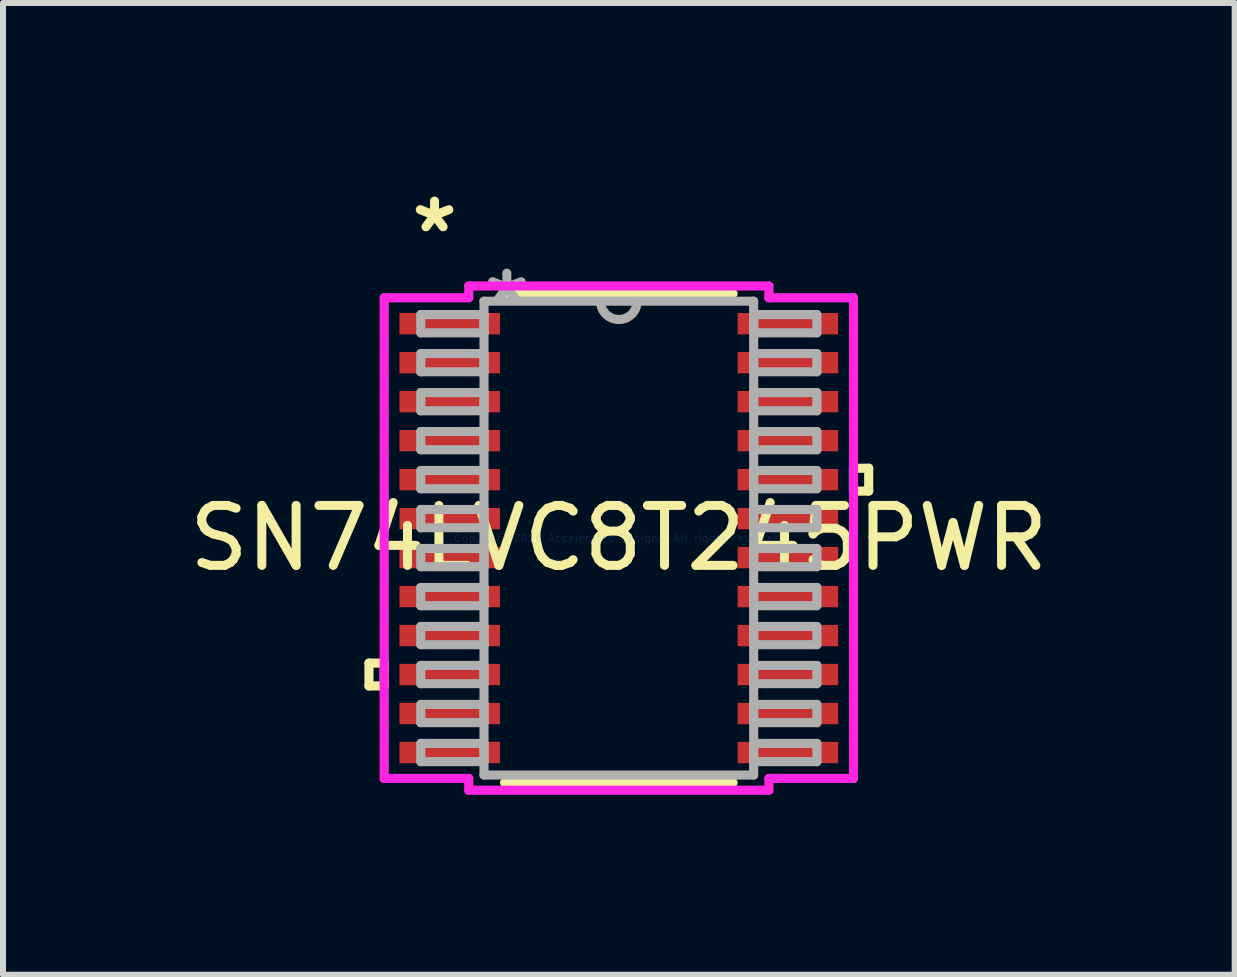
<source format=kicad_pcb>
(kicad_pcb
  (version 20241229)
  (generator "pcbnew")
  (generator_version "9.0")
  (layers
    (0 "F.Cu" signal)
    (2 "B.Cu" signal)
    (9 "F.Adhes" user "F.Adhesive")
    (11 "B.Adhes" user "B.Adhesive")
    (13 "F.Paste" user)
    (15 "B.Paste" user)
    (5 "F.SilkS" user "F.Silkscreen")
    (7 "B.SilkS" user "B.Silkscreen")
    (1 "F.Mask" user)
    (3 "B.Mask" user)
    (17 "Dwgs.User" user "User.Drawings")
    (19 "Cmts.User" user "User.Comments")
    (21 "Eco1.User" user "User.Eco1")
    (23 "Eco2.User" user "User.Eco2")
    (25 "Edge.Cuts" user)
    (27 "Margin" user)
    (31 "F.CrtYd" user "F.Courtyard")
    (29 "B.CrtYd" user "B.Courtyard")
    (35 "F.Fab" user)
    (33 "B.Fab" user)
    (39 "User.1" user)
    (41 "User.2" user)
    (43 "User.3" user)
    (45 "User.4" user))
  (footprint "SN74LVC8T245PWR"
    (layer "F.Cu")
    (at 7.268 5.922)
    (property "Reference" "SN74LVC8T245PWR" (at 0 0 0) (layer "F.SilkS") (effects (font (size 1 1) (thickness 0.15))))
    (attr through_hole)
    (fp_line (start -4.166 2.084) (end -4.166 2.465) (stroke (width 0.152) (type solid)) (layer "F.SilkS"))
    (fp_line (start -4.166 2.465) (end -3.912 2.465) (stroke (width 0.152) (type solid)) (layer "F.SilkS"))
    (fp_line (start -3.912 2.084) (end -4.166 2.084) (stroke (width 0.152) (type solid)) (layer "F.SilkS"))
    (fp_line (start -3.912 2.465) (end -3.912 2.084) (stroke (width 0.152) (type solid)) (layer "F.SilkS"))
    (fp_line (start -1.905 4.077) (end 1.905 4.077) (stroke (width 0.152) (type solid)) (layer "F.SilkS"))
    (fp_line (start 1.905 -4.077) (end -1.905 -4.077) (stroke (width 0.152) (type solid)) (layer "F.SilkS"))
    (fp_line (start 3.912 -1.165) (end 4.166 -1.165) (stroke (width 0.152) (type solid)) (layer "F.SilkS"))
    (fp_line (start 3.912 -0.784) (end 3.912 -1.165) (stroke (width 0.152) (type solid)) (layer "F.SilkS"))
    (fp_line (start 4.166 -1.165) (end 4.166 -0.784) (stroke (width 0.152) (type solid)) (layer "F.SilkS"))
    (fp_line (start 4.166 -0.784) (end 3.912 -0.784) (stroke (width 0.152) (type solid)) (layer "F.SilkS"))
    (fp_line (start -3.912 -4.007) (end -2.502 -4.007) (stroke (width 0.152) (type solid)) (layer "F.CrtYd"))
    (fp_line (start -3.912 4.007) (end -3.912 -4.007) (stroke (width 0.152) (type solid)) (layer "F.CrtYd"))
    (fp_line (start -2.502 -4.204) (end 2.502 -4.204) (stroke (width 0.152) (type solid)) (layer "F.CrtYd"))
    (fp_line (start -2.502 -4.007) (end -2.502 -4.204) (stroke (width 0.152) (type solid)) (layer "F.CrtYd"))
    (fp_line (start -2.502 4.007) (end -3.912 4.007) (stroke (width 0.152) (type solid)) (layer "F.CrtYd"))
    (fp_line (start -2.502 4.204) (end -2.502 4.007) (stroke (width 0.152) (type solid)) (layer "F.CrtYd"))
    (fp_line (start 2.502 -4.204) (end 2.502 -4.007) (stroke (width 0.152) (type solid)) (layer "F.CrtYd"))
    (fp_line (start 2.502 -4.007) (end 3.912 -4.007) (stroke (width 0.152) (type solid)) (layer "F.CrtYd"))
    (fp_line (start 2.502 4.007) (end 2.502 4.204) (stroke (width 0.152) (type solid)) (layer "F.CrtYd"))
    (fp_line (start 2.502 4.204) (end -2.502 4.204) (stroke (width 0.152) (type solid)) (layer "F.CrtYd"))
    (fp_line (start 3.912 -4.007) (end 3.912 4.007) (stroke (width 0.152) (type solid)) (layer "F.CrtYd"))
    (fp_line (start 3.912 4.007) (end 2.502 4.007) (stroke (width 0.152) (type solid)) (layer "F.CrtYd"))
    (fp_line (start -3.302 -3.727) (end -3.302 -3.423) (stroke (width 0.152) (type solid)) (layer "F.Fab"))
    (fp_line (start -3.302 -3.423) (end -2.248 -3.423) (stroke (width 0.152) (type solid)) (layer "F.Fab"))
    (fp_line (start -3.302 -3.077) (end -3.302 -2.773) (stroke (width 0.152) (type solid)) (layer "F.Fab"))
    (fp_line (start -3.302 -2.773) (end -2.248 -2.773) (stroke (width 0.152) (type solid)) (layer "F.Fab"))
    (fp_line (start -3.302 -2.427) (end -3.302 -2.123) (stroke (width 0.152) (type solid)) (layer "F.Fab"))
    (fp_line (start -3.302 -2.123) (end -2.248 -2.123) (stroke (width 0.152) (type solid)) (layer "F.Fab"))
    (fp_line (start -3.302 -1.777) (end -3.302 -1.473) (stroke (width 0.152) (type solid)) (layer "F.Fab"))
    (fp_line (start -3.302 -1.473) (end -2.248 -1.473) (stroke (width 0.152) (type solid)) (layer "F.Fab"))
    (fp_line (start -3.302 -1.127) (end -3.302 -0.823) (stroke (width 0.152) (type solid)) (layer "F.Fab"))
    (fp_line (start -3.302 -0.823) (end -2.248 -0.823) (stroke (width 0.152) (type solid)) (layer "F.Fab"))
    (fp_line (start -3.302 -0.477) (end -3.302 -0.173) (stroke (width 0.152) (type solid)) (layer "F.Fab"))
    (fp_line (start -3.302 -0.173) (end -2.248 -0.173) (stroke (width 0.152) (type solid)) (layer "F.Fab"))
    (fp_line (start -3.302 0.173) (end -3.302 0.477) (stroke (width 0.152) (type solid)) (layer "F.Fab"))
    (fp_line (start -3.302 0.477) (end -2.248 0.477) (stroke (width 0.152) (type solid)) (layer "F.Fab"))
    (fp_line (start -3.302 0.823) (end -3.302 1.127) (stroke (width 0.152) (type solid)) (layer "F.Fab"))
    (fp_line (start -3.302 1.127) (end -2.248 1.127) (stroke (width 0.152) (type solid)) (layer "F.Fab"))
    (fp_line (start -3.302 1.473) (end -3.302 1.777) (stroke (width 0.152) (type solid)) (layer "F.Fab"))
    (fp_line (start -3.302 1.777) (end -2.248 1.777) (stroke (width 0.152) (type solid)) (layer "F.Fab"))
    (fp_line (start -3.302 2.123) (end -3.302 2.427) (stroke (width 0.152) (type solid)) (layer "F.Fab"))
    (fp_line (start -3.302 2.427) (end -2.248 2.427) (stroke (width 0.152) (type solid)) (layer "F.Fab"))
    (fp_line (start -3.302 2.773) (end -3.302 3.077) (stroke (width 0.152) (type solid)) (layer "F.Fab"))
    (fp_line (start -3.302 3.077) (end -2.248 3.077) (stroke (width 0.152) (type solid)) (layer "F.Fab"))
    (fp_line (start -3.302 3.423) (end -3.302 3.727) (stroke (width 0.152) (type solid)) (layer "F.Fab"))
    (fp_line (start -3.302 3.727) (end -2.248 3.727) (stroke (width 0.152) (type solid)) (layer "F.Fab"))
    (fp_line (start -2.248 -3.95) (end -2.248 3.95) (stroke (width 0.152) (type solid)) (layer "F.Fab"))
    (fp_line (start -2.248 -3.727) (end -3.302 -3.727) (stroke (width 0.152) (type solid)) (layer "F.Fab"))
    (fp_line (start -2.248 -3.423) (end -2.248 -3.727) (stroke (width 0.152) (type solid)) (layer "F.Fab"))
    (fp_line (start -2.248 -3.077) (end -3.302 -3.077) (stroke (width 0.152) (type solid)) (layer "F.Fab"))
    (fp_line (start -2.248 -2.773) (end -2.248 -3.077) (stroke (width 0.152) (type solid)) (layer "F.Fab"))
    (fp_line (start -2.248 -2.427) (end -3.302 -2.427) (stroke (width 0.152) (type solid)) (layer "F.Fab"))
    (fp_line (start -2.248 -2.123) (end -2.248 -2.427) (stroke (width 0.152) (type solid)) (layer "F.Fab"))
    (fp_line (start -2.248 -1.777) (end -3.302 -1.777) (stroke (width 0.152) (type solid)) (layer "F.Fab"))
    (fp_line (start -2.248 -1.473) (end -2.248 -1.777) (stroke (width 0.152) (type solid)) (layer "F.Fab"))
    (fp_line (start -2.248 -1.127) (end -3.302 -1.127) (stroke (width 0.152) (type solid)) (layer "F.Fab"))
    (fp_line (start -2.248 -0.823) (end -2.248 -1.127) (stroke (width 0.152) (type solid)) (layer "F.Fab"))
    (fp_line (start -2.248 -0.477) (end -3.302 -0.477) (stroke (width 0.152) (type solid)) (layer "F.Fab"))
    (fp_line (start -2.248 -0.173) (end -2.248 -0.477) (stroke (width 0.152) (type solid)) (layer "F.Fab"))
    (fp_line (start -2.248 0.173) (end -3.302 0.173) (stroke (width 0.152) (type solid)) (layer "F.Fab"))
    (fp_line (start -2.248 0.477) (end -2.248 0.173) (stroke (width 0.152) (type solid)) (layer "F.Fab"))
    (fp_line (start -2.248 0.823) (end -3.302 0.823) (stroke (width 0.152) (type solid)) (layer "F.Fab"))
    (fp_line (start -2.248 1.127) (end -2.248 0.823) (stroke (width 0.152) (type solid)) (layer "F.Fab"))
    (fp_line (start -2.248 1.473) (end -3.302 1.473) (stroke (width 0.152) (type solid)) (layer "F.Fab"))
    (fp_line (start -2.248 1.777) (end -2.248 1.473) (stroke (width 0.152) (type solid)) (layer "F.Fab"))
    (fp_line (start -2.248 2.123) (end -3.302 2.123) (stroke (width 0.152) (type solid)) (layer "F.Fab"))
    (fp_line (start -2.248 2.427) (end -2.248 2.123) (stroke (width 0.152) (type solid)) (layer "F.Fab"))
    (fp_line (start -2.248 2.773) (end -3.302 2.773) (stroke (width 0.152) (type solid)) (layer "F.Fab"))
    (fp_line (start -2.248 3.077) (end -2.248 2.773) (stroke (width 0.152) (type solid)) (layer "F.Fab"))
    (fp_line (start -2.248 3.423) (end -3.302 3.423) (stroke (width 0.152) (type solid)) (layer "F.Fab"))
    (fp_line (start -2.248 3.727) (end -2.248 3.423) (stroke (width 0.152) (type solid)) (layer "F.Fab"))
    (fp_line (start -2.248 3.95) (end 2.248 3.95) (stroke (width 0.152) (type solid)) (layer "F.Fab"))
    (fp_line (start 2.248 -3.95) (end -2.248 -3.95) (stroke (width 0.152) (type solid)) (layer "F.Fab"))
    (fp_line (start 2.248 -3.727) (end 2.248 -3.423) (stroke (width 0.152) (type solid)) (layer "F.Fab"))
    (fp_line (start 2.248 -3.423) (end 3.302 -3.423) (stroke (width 0.152) (type solid)) (layer "F.Fab"))
    (fp_line (start 2.248 -3.077) (end 2.248 -2.773) (stroke (width 0.152) (type solid)) (layer "F.Fab"))
    (fp_line (start 2.248 -2.773) (end 3.302 -2.773) (stroke (width 0.152) (type solid)) (layer "F.Fab"))
    (fp_line (start 2.248 -2.427) (end 2.248 -2.123) (stroke (width 0.152) (type solid)) (layer "F.Fab"))
    (fp_line (start 2.248 -2.123) (end 3.302 -2.123) (stroke (width 0.152) (type solid)) (layer "F.Fab"))
    (fp_line (start 2.248 -1.777) (end 2.248 -1.473) (stroke (width 0.152) (type solid)) (layer "F.Fab"))
    (fp_line (start 2.248 -1.473) (end 3.302 -1.473) (stroke (width 0.152) (type solid)) (layer "F.Fab"))
    (fp_line (start 2.248 -1.127) (end 2.248 -0.823) (stroke (width 0.152) (type solid)) (layer "F.Fab"))
    (fp_line (start 2.248 -0.823) (end 3.302 -0.823) (stroke (width 0.152) (type solid)) (layer "F.Fab"))
    (fp_line (start 2.248 -0.477) (end 2.248 -0.173) (stroke (width 0.152) (type solid)) (layer "F.Fab"))
    (fp_line (start 2.248 -0.173) (end 3.302 -0.173) (stroke (width 0.152) (type solid)) (layer "F.Fab"))
    (fp_line (start 2.248 0.173) (end 2.248 0.477) (stroke (width 0.152) (type solid)) (layer "F.Fab"))
    (fp_line (start 2.248 0.477) (end 3.302 0.477) (stroke (width 0.152) (type solid)) (layer "F.Fab"))
    (fp_line (start 2.248 0.823) (end 2.248 1.127) (stroke (width 0.152) (type solid)) (layer "F.Fab"))
    (fp_line (start 2.248 1.127) (end 3.302 1.127) (stroke (width 0.152) (type solid)) (layer "F.Fab"))
    (fp_line (start 2.248 1.473) (end 2.248 1.777) (stroke (width 0.152) (type solid)) (layer "F.Fab"))
    (fp_line (start 2.248 1.777) (end 3.302 1.777) (stroke (width 0.152) (type solid)) (layer "F.Fab"))
    (fp_line (start 2.248 2.123) (end 2.248 2.427) (stroke (width 0.152) (type solid)) (layer "F.Fab"))
    (fp_line (start 2.248 2.427) (end 3.302 2.427) (stroke (width 0.152) (type solid)) (layer "F.Fab"))
    (fp_line (start 2.248 2.773) (end 2.248 3.077) (stroke (width 0.152) (type solid)) (layer "F.Fab"))
    (fp_line (start 2.248 3.077) (end 3.302 3.077) (stroke (width 0.152) (type solid)) (layer "F.Fab"))
    (fp_line (start 2.248 3.423) (end 2.248 3.727) (stroke (width 0.152) (type solid)) (layer "F.Fab"))
    (fp_line (start 2.248 3.727) (end 3.302 3.727) (stroke (width 0.152) (type solid)) (layer "F.Fab"))
    (fp_line (start 2.248 3.95) (end 2.248 -3.95) (stroke (width 0.152) (type solid)) (layer "F.Fab"))
    (fp_line (start 3.302 -3.727) (end 2.248 -3.727) (stroke (width 0.152) (type solid)) (layer "F.Fab"))
    (fp_line (start 3.302 -3.423) (end 3.302 -3.727) (stroke (width 0.152) (type solid)) (layer "F.Fab"))
    (fp_line (start 3.302 -3.077) (end 2.248 -3.077) (stroke (width 0.152) (type solid)) (layer "F.Fab"))
    (fp_line (start 3.302 -2.773) (end 3.302 -3.077) (stroke (width 0.152) (type solid)) (layer "F.Fab"))
    (fp_line (start 3.302 -2.427) (end 2.248 -2.427) (stroke (width 0.152) (type solid)) (layer "F.Fab"))
    (fp_line (start 3.302 -2.123) (end 3.302 -2.427) (stroke (width 0.152) (type solid)) (layer "F.Fab"))
    (fp_line (start 3.302 -1.777) (end 2.248 -1.777) (stroke (width 0.152) (type solid)) (layer "F.Fab"))
    (fp_line (start 3.302 -1.473) (end 3.302 -1.777) (stroke (width 0.152) (type solid)) (layer "F.Fab"))
    (fp_line (start 3.302 -1.127) (end 2.248 -1.127) (stroke (width 0.152) (type solid)) (layer "F.Fab"))
    (fp_line (start 3.302 -0.823) (end 3.302 -1.127) (stroke (width 0.152) (type solid)) (layer "F.Fab"))
    (fp_line (start 3.302 -0.477) (end 2.248 -0.477) (stroke (width 0.152) (type solid)) (layer "F.Fab"))
    (fp_line (start 3.302 -0.173) (end 3.302 -0.477) (stroke (width 0.152) (type solid)) (layer "F.Fab"))
    (fp_line (start 3.302 0.173) (end 2.248 0.173) (stroke (width 0.152) (type solid)) (layer "F.Fab"))
    (fp_line (start 3.302 0.477) (end 3.302 0.173) (stroke (width 0.152) (type solid)) (layer "F.Fab"))
    (fp_line (start 3.302 0.823) (end 2.248 0.823) (stroke (width 0.152) (type solid)) (layer "F.Fab"))
    (fp_line (start 3.302 1.127) (end 3.302 0.823) (stroke (width 0.152) (type solid)) (layer "F.Fab"))
    (fp_line (start 3.302 1.473) (end 2.248 1.473) (stroke (width 0.152) (type solid)) (layer "F.Fab"))
    (fp_line (start 3.302 1.777) (end 3.302 1.473) (stroke (width 0.152) (type solid)) (layer "F.Fab"))
    (fp_line (start 3.302 2.123) (end 2.248 2.123) (stroke (width 0.152) (type solid)) (layer "F.Fab"))
    (fp_line (start 3.302 2.427) (end 3.302 2.123) (stroke (width 0.152) (type solid)) (layer "F.Fab"))
    (fp_line (start 3.302 2.773) (end 2.248 2.773) (stroke (width 0.152) (type solid)) (layer "F.Fab"))
    (fp_line (start 3.302 3.077) (end 3.302 2.773) (stroke (width 0.152) (type solid)) (layer "F.Fab"))
    (fp_line (start 3.302 3.423) (end 2.248 3.423) (stroke (width 0.152) (type solid)) (layer "F.Fab"))
    (fp_line (start 3.302 3.727) (end 3.302 3.423) (stroke (width 0.152) (type solid)) (layer "F.Fab"))
    (fp_arc (start 0.3048 -3.9497) (mid 0 -3.6449) (end -0.3048 -3.9497) (stroke (width 0.1524) (type solid)) (layer "F.Fab"))
    (fp_text user "*" (at -3.073 -5.074 0) (layer "F.SilkS") (effects (font (size 1 1) (thickness 0.15))))
    (fp_text user "Copyright 2016 Accelerated Designs. All rights reserved." (at 0 0 0) (layer "Cmts.User") (effects (font (size 0.127 0.127) (thickness 0.002))))
    (fp_text user "*" (at -1.867 -3.873 0) (layer "F.Fab") (effects (font (size 1 1) (thickness 0.15))))
    (pad "1" smd rect (at -2.819 -3.575) (size 1.676 0.356) (layers "F.Cu" "F.Mask" "F.Paste"))
    (pad "2" smd rect (at -2.819 -2.925) (size 1.676 0.356) (layers "F.Cu" "F.Mask" "F.Paste"))
    (pad "3" smd rect (at -2.819 -2.275) (size 1.676 0.356) (layers "F.Cu" "F.Mask" "F.Paste"))
    (pad "4" smd rect (at -2.819 -1.625) (size 1.676 0.356) (layers "F.Cu" "F.Mask" "F.Paste"))
    (pad "5" smd rect (at -2.819 -0.975) (size 1.676 0.356) (layers "F.Cu" "F.Mask" "F.Paste"))
    (pad "6" smd rect (at -2.819 -0.325) (size 1.676 0.356) (layers "F.Cu" "F.Mask" "F.Paste"))
    (pad "7" smd rect (at -2.819 0.325) (size 1.676 0.356) (layers "F.Cu" "F.Mask" "F.Paste"))
    (pad "8" smd rect (at -2.819 0.975) (size 1.676 0.356) (layers "F.Cu" "F.Mask" "F.Paste"))
    (pad "9" smd rect (at -2.819 1.625) (size 1.676 0.356) (layers "F.Cu" "F.Mask" "F.Paste"))
    (pad "10" smd rect (at -2.819 2.275) (size 1.676 0.356) (layers "F.Cu" "F.Mask" "F.Paste"))
    (pad "11" smd rect (at -2.819 2.925) (size 1.676 0.356) (layers "F.Cu" "F.Mask" "F.Paste"))
    (pad "12" smd rect (at -2.819 3.575) (size 1.676 0.356) (layers "F.Cu" "F.Mask" "F.Paste"))
    (pad "13" smd rect (at 2.819 3.575) (size 1.676 0.356) (layers "F.Cu" "F.Mask" "F.Paste"))
    (pad "14" smd rect (at 2.819 2.925) (size 1.676 0.356) (layers "F.Cu" "F.Mask" "F.Paste"))
    (pad "15" smd rect (at 2.819 2.275) (size 1.676 0.356) (layers "F.Cu" "F.Mask" "F.Paste"))
    (pad "16" smd rect (at 2.819 1.625) (size 1.676 0.356) (layers "F.Cu" "F.Mask" "F.Paste"))
    (pad "17" smd rect (at 2.819 0.975) (size 1.676 0.356) (layers "F.Cu" "F.Mask" "F.Paste"))
    (pad "18" smd rect (at 2.819 0.325) (size 1.676 0.356) (layers "F.Cu" "F.Mask" "F.Paste"))
    (pad "19" smd rect (at 2.819 -0.325) (size 1.676 0.356) (layers "F.Cu" "F.Mask" "F.Paste"))
    (pad "20" smd rect (at 2.819 -0.975) (size 1.676 0.356) (layers "F.Cu" "F.Mask" "F.Paste"))
    (pad "21" smd rect (at 2.819 -1.625) (size 1.676 0.356) (layers "F.Cu" "F.Mask" "F.Paste"))
    (pad "22" smd rect (at 2.819 -2.275) (size 1.676 0.356) (layers "F.Cu" "F.Mask" "F.Paste"))
    (pad "23" smd rect (at 2.819 -2.925) (size 1.676 0.356) (layers "F.Cu" "F.Mask" "F.Paste"))
    (pad "24" smd rect (at 2.819 -3.575) (size 1.676 0.356) (layers "F.Cu" "F.Mask" "F.Paste")))
  (gr_rect
    (start -3 -3)
    (end 17.536 13.202)
    (stroke (width 0.1) (type default))
    (fill no)
    (layer "Edge.Cuts")))
</source>
